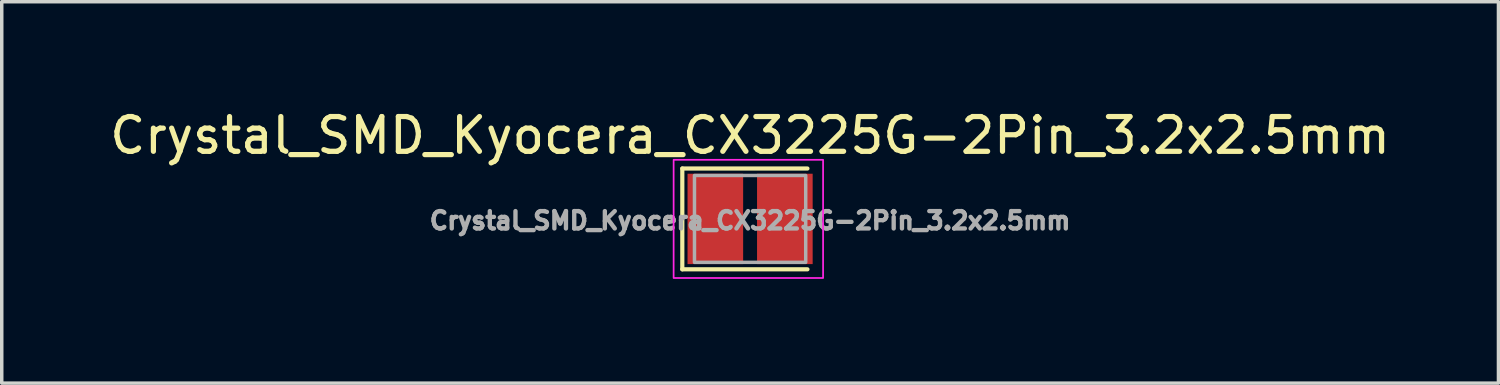
<source format=kicad_pcb>
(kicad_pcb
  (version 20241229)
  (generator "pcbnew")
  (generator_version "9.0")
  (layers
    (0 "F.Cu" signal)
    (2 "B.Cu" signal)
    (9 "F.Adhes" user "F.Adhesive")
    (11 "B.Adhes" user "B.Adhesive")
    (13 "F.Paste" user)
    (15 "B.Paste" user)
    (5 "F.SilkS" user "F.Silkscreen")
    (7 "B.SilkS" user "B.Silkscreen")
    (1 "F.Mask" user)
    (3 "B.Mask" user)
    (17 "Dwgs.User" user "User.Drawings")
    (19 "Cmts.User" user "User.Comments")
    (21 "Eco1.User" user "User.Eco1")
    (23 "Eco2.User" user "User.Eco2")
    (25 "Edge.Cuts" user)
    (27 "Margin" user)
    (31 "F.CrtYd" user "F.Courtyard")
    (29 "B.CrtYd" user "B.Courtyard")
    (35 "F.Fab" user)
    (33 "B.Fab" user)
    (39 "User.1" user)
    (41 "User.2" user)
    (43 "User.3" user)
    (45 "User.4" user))
  (footprint "Crystal_SMD_Kyocera_CX3225G-2Pin_3.2x2.5mm"
    (layer "F.Cu")
    (at 18.53 3.248)
    (property "Reference" "Crystal_SMD_Kyocera_CX3225G-2Pin_3.2x2.5mm" (at 0 -2.4 0) (unlocked yes) (layer "F.SilkS") (effects (font (size 1 1) (thickness 0.15))))
    (attr smd)
    (fp_line (start -1.95 -1.45) (end -1.95 1.45) (stroke (width 0.12) (type solid)) (layer "F.SilkS"))
    (fp_line (start -1.95 -1.45) (end 1.65 -1.45) (stroke (width 0.12) (type solid)) (layer "F.SilkS"))
    (fp_line (start -1.95 1.45) (end 1.65 1.45) (stroke (width 0.12) (type solid)) (layer "F.SilkS"))
    (fp_rect (start -2.2 -1.7) (end 2.1 1.7) (stroke (width 0.05) (type solid)) (fill no) (layer "F.CrtYd"))
    (fp_rect (start -1.6 -1.25) (end 1.6 1.25) (stroke (width 0.1) (type solid)) (fill no) (layer "F.Fab"))
    (fp_text user "${REFERENCE}" (at 0 0.05 0) (unlocked yes) (layer "F.Fab") (effects (font (size 0.5 0.5) (thickness 0.125))))
    (pad "1" smd rect (at -1 0) (size 1.6 2.6) (layers "F.Cu" "F.Mask" "F.Paste"))
    (pad "2" smd rect (at 1 0) (size 1.6 2.6) (layers "F.Cu" "F.Mask" "F.Paste")))
  (gr_rect
    (start -3 -3)
    (end 40.06 7.973)
    (stroke (width 0.1) (type default))
    (fill no)
    (layer "Edge.Cuts")))
</source>
